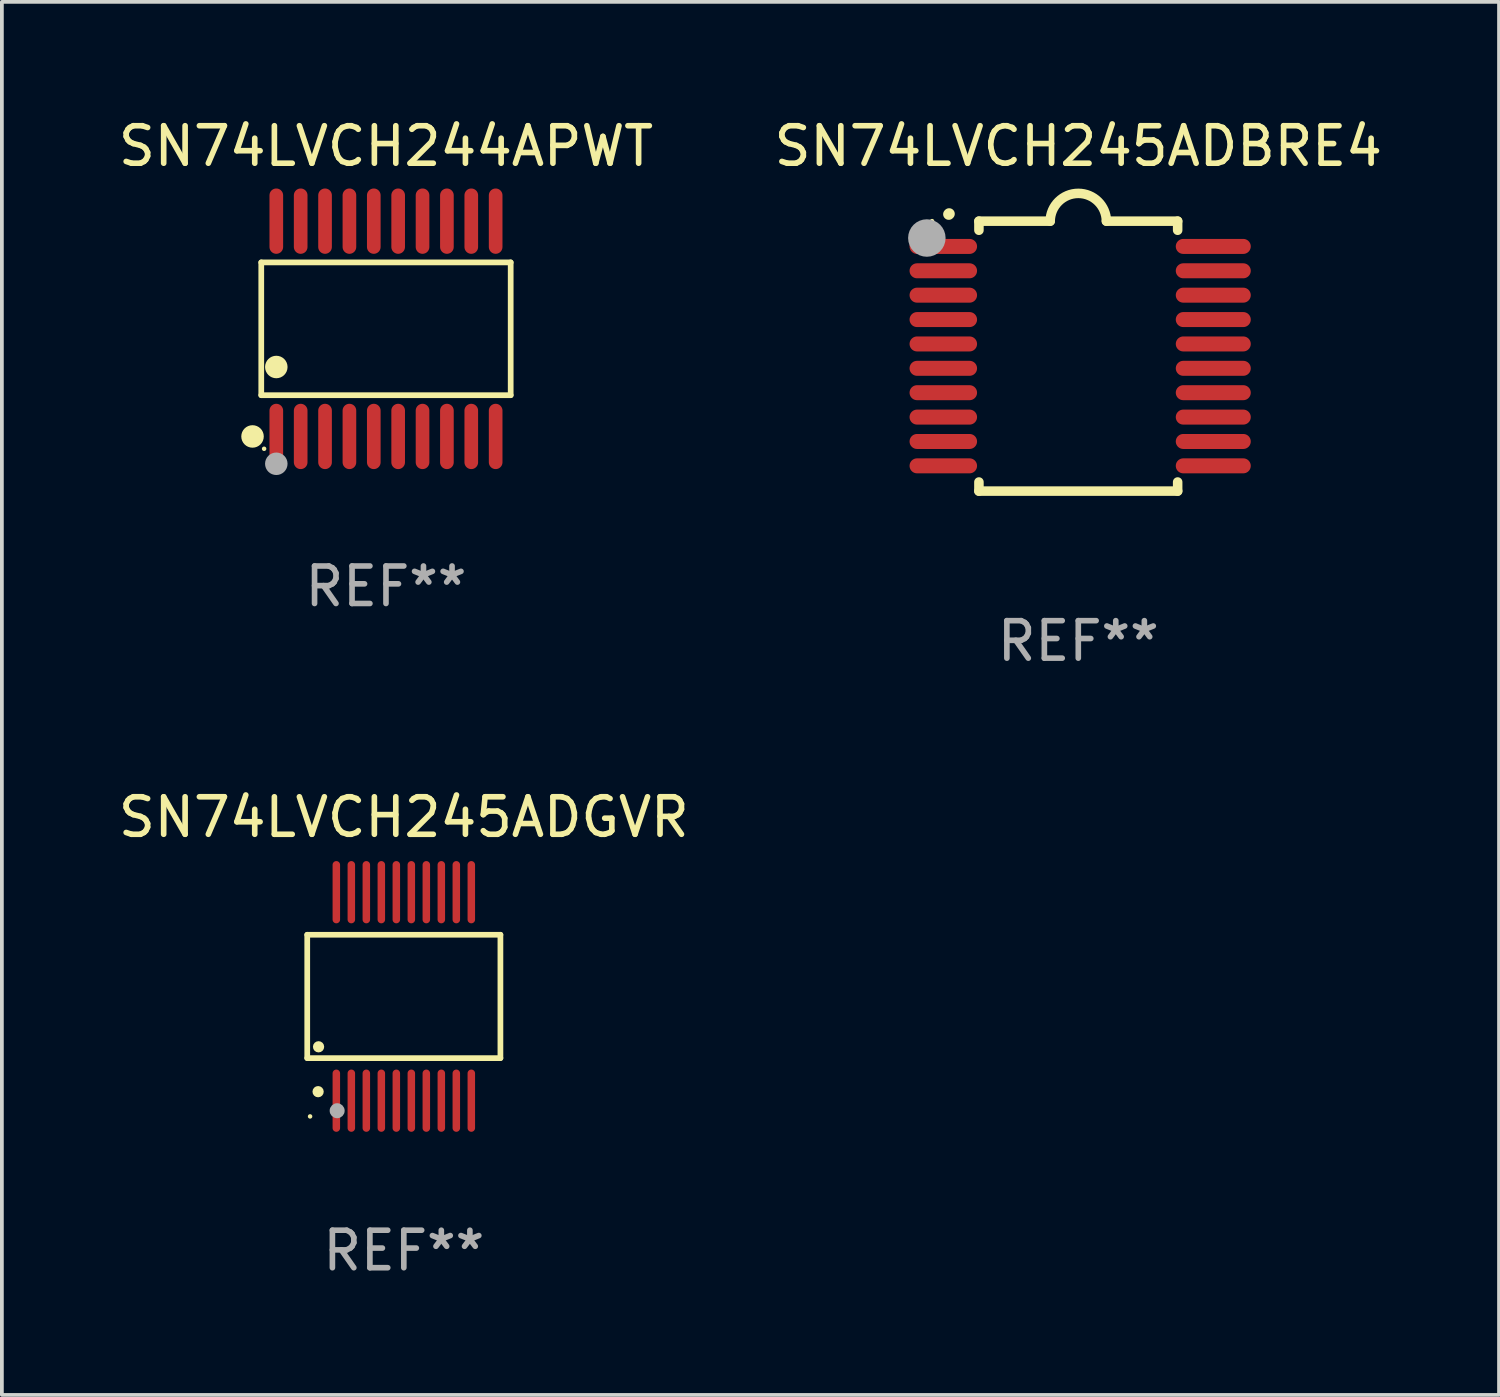
<source format=kicad_pcb>
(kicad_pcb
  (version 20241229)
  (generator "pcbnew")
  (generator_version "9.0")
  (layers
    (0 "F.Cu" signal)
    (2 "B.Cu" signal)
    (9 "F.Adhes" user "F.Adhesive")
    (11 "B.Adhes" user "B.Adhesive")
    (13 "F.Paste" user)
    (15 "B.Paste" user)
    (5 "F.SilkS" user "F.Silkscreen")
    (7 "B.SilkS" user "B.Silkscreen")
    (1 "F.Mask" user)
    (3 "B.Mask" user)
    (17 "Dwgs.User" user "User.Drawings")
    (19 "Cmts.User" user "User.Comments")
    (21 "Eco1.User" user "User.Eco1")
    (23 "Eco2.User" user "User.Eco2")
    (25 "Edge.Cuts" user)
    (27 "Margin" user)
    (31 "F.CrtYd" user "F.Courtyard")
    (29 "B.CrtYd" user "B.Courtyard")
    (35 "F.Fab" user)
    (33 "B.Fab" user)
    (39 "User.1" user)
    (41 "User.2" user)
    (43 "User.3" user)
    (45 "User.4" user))
  (footprint "SN74LVCH245ADGVR"
    (layer "F.Cu")
    (at 7.72 23.525)
    (property "Reference" "SN74LVCH245ADGVR" (at 0 -4.78 0) (layer "F.SilkS") (effects (font (size 1 1) (thickness 0.15))))
    (attr through_hole)
    (fp_line (start -2.576 -1.645) (end 2.576 -1.645) (stroke (width 0.152) (type solid)) (layer "F.SilkS"))
    (fp_line (start -2.576 1.645) (end -2.576 -1.645) (stroke (width 0.152) (type solid)) (layer "F.SilkS"))
    (fp_line (start 2.576 -1.645) (end 2.576 1.645) (stroke (width 0.152) (type solid)) (layer "F.SilkS"))
    (fp_line (start 2.576 1.645) (end -2.576 1.645) (stroke (width 0.152) (type solid)) (layer "F.SilkS"))
    (fp_circle (center -2.5 3.2) (end -2.47 3.2) (stroke (width 0.06) (type solid)) (fill no) (layer "F.SilkS"))
    (fp_circle (center -2.286 2.54) (end -2.211 2.54) (stroke (width 0.15) (type solid)) (fill no) (layer "F.SilkS"))
    (fp_circle (center -2.274 1.343) (end -2.199 1.343) (stroke (width 0.15) (type solid)) (fill no) (layer "F.SilkS"))
    (fp_circle (center -1.778 3.048) (end -1.678 3.048) (stroke (width 0.2) (type solid)) (fill no) (layer "F.Fab"))
    (fp_text user "REF**" (at 0 6.78 0) (layer "F.Fab") (effects (font (size 1 1) (thickness 0.15))))
    (pad "1" smd oval (at -1.8 2.78) (size 0.2 1.66) (layers "F.Cu" "F.Mask" "F.Paste"))
    (pad "2" smd oval (at -1.4 2.78) (size 0.2 1.66) (layers "F.Cu" "F.Mask" "F.Paste"))
    (pad "3" smd oval (at -1 2.78) (size 0.2 1.66) (layers "F.Cu" "F.Mask" "F.Paste"))
    (pad "4" smd oval (at -0.6 2.78) (size 0.2 1.66) (layers "F.Cu" "F.Mask" "F.Paste"))
    (pad "5" smd oval (at -0.2 2.78) (size 0.2 1.66) (layers "F.Cu" "F.Mask" "F.Paste"))
    (pad "6" smd oval (at 0.2 2.78) (size 0.2 1.66) (layers "F.Cu" "F.Mask" "F.Paste"))
    (pad "7" smd oval (at 0.6 2.78) (size 0.2 1.66) (layers "F.Cu" "F.Mask" "F.Paste"))
    (pad "8" smd oval (at 1 2.78) (size 0.2 1.66) (layers "F.Cu" "F.Mask" "F.Paste"))
    (pad "9" smd oval (at 1.4 2.78) (size 0.2 1.66) (layers "F.Cu" "F.Mask" "F.Paste"))
    (pad "10" smd oval (at 1.8 2.78) (size 0.2 1.66) (layers "F.Cu" "F.Mask" "F.Paste"))
    (pad "11" smd oval (at 1.8 -2.78) (size 0.2 1.66) (layers "F.Cu" "F.Mask" "F.Paste"))
    (pad "12" smd oval (at 1.4 -2.78) (size 0.2 1.66) (layers "F.Cu" "F.Mask" "F.Paste"))
    (pad "13" smd oval (at 1 -2.78) (size 0.2 1.66) (layers "F.Cu" "F.Mask" "F.Paste"))
    (pad "14" smd oval (at 0.6 -2.78) (size 0.2 1.66) (layers "F.Cu" "F.Mask" "F.Paste"))
    (pad "15" smd oval (at 0.2 -2.78) (size 0.2 1.66) (layers "F.Cu" "F.Mask" "F.Paste"))
    (pad "16" smd oval (at -0.2 -2.78) (size 0.2 1.66) (layers "F.Cu" "F.Mask" "F.Paste"))
    (pad "17" smd oval (at -0.6 -2.78) (size 0.2 1.66) (layers "F.Cu" "F.Mask" "F.Paste"))
    (pad "18" smd oval (at -1 -2.78) (size 0.2 1.66) (layers "F.Cu" "F.Mask" "F.Paste"))
    (pad "19" smd oval (at -1.4 -2.78) (size 0.2 1.66) (layers "F.Cu" "F.Mask" "F.Paste"))
    (pad "20" smd oval (at -1.8 -2.78) (size 0.2 1.66) (layers "F.Cu" "F.Mask" "F.Paste")))
  (footprint "SN74LVCH245ADBRE4"
    (layer "F.Cu")
    (at 25.708 6.448)
    (property "Reference" "SN74LVCH245ADBRE4" (at 0 -5.6 0) (layer "F.SilkS") (effects (font (size 1 1) (thickness 0.15))))
    (attr through_hole)
    (fp_line (start -2.65 -3.6) (end -2.65 -3.357) (stroke (width 0.254) (type solid)) (layer "F.SilkS"))
    (fp_line (start -2.65 -3.6) (end -0.75 -3.6) (stroke (width 0.254) (type solid)) (layer "F.SilkS"))
    (fp_line (start -2.65 3.357) (end -2.65 3.6) (stroke (width 0.254) (type solid)) (layer "F.SilkS"))
    (fp_line (start 2.65 -3.6) (end 0.75 -3.6) (stroke (width 0.254) (type solid)) (layer "F.SilkS"))
    (fp_line (start 2.65 -3.6) (end 2.65 -3.357) (stroke (width 0.254) (type solid)) (layer "F.SilkS"))
    (fp_line (start 2.65 3.357) (end 2.65 3.6) (stroke (width 0.254) (type solid)) (layer "F.SilkS"))
    (fp_line (start 2.65 3.6) (end -2.65 3.6) (stroke (width 0.254) (type solid)) (layer "F.SilkS"))
    (fp_arc (start -3.454407 -3.784608) (mid -3.449499 -3.78986) (end -3.444247 -3.794768) (stroke (width 0.3) (type solid)) (layer "F.SilkS"))
    (fp_arc (start -0.749301 -3.599186) (mid -0.000051 -4.348844) (end 0.750013 -3.6) (stroke (width 0.254001) (type solid)) (layer "F.SilkS"))
    (fp_circle (center -3.9 -3.6) (end -3.87 -3.6) (stroke (width 0.06) (type solid)) (fill no) (layer "F.SilkS"))
    (fp_circle (center -4.039 -3.15) (end -3.789 -3.15) (stroke (width 0.5) (type solid)) (fill no) (layer "F.Fab"))
    (fp_text user "REF**" (at 0 7.6 0) (layer "F.Fab") (effects (font (size 1 1) (thickness 0.15))))
    (pad "1" smd oval (at -3.6 -2.926 90) (size 0.4 1.8) (layers "F.Cu" "F.Mask" "F.Paste"))
    (pad "2" smd oval (at -3.6 -2.276 90) (size 0.4 1.8) (layers "F.Cu" "F.Mask" "F.Paste"))
    (pad "3" smd oval (at -3.6 -1.626 90) (size 0.4 1.8) (layers "F.Cu" "F.Mask" "F.Paste"))
    (pad "4" smd oval (at -3.6 -0.975 90) (size 0.4 1.8) (layers "F.Cu" "F.Mask" "F.Paste"))
    (pad "5" smd oval (at -3.6 -0.325 90) (size 0.4 1.8) (layers "F.Cu" "F.Mask" "F.Paste"))
    (pad "6" smd oval (at -3.6 0.325 90) (size 0.4 1.8) (layers "F.Cu" "F.Mask" "F.Paste"))
    (pad "7" smd oval (at -3.6 0.975 90) (size 0.4 1.8) (layers "F.Cu" "F.Mask" "F.Paste"))
    (pad "8" smd oval (at -3.6 1.626 90) (size 0.4 1.8) (layers "F.Cu" "F.Mask" "F.Paste"))
    (pad "9" smd oval (at -3.6 2.276 90) (size 0.4 1.8) (layers "F.Cu" "F.Mask" "F.Paste"))
    (pad "10" smd oval (at -3.6 2.926 90) (size 0.4 1.8) (layers "F.Cu" "F.Mask" "F.Paste"))
    (pad "11" smd oval (at 3.6 2.926 90) (size 0.4 2) (layers "F.Cu" "F.Mask" "F.Paste"))
    (pad "12" smd oval (at 3.6 2.276 90) (size 0.4 2) (layers "F.Cu" "F.Mask" "F.Paste"))
    (pad "13" smd oval (at 3.6 1.626 90) (size 0.4 2) (layers "F.Cu" "F.Mask" "F.Paste"))
    (pad "14" smd oval (at 3.6 0.975 90) (size 0.4 2) (layers "F.Cu" "F.Mask" "F.Paste"))
    (pad "15" smd oval (at 3.6 0.325 90) (size 0.4 2) (layers "F.Cu" "F.Mask" "F.Paste"))
    (pad "16" smd oval (at 3.6 -0.325 90) (size 0.4 2) (layers "F.Cu" "F.Mask" "F.Paste"))
    (pad "17" smd oval (at 3.6 -0.975 90) (size 0.4 2) (layers "F.Cu" "F.Mask" "F.Paste"))
    (pad "18" smd oval (at 3.6 -1.626 90) (size 0.4 2) (layers "F.Cu" "F.Mask" "F.Paste"))
    (pad "19" smd oval (at 3.6 -2.276 90) (size 0.4 2) (layers "F.Cu" "F.Mask" "F.Paste"))
    (pad "20" smd oval (at 3.6 -2.926 90) (size 0.4 2) (layers "F.Cu" "F.Mask" "F.Paste")))
  (footprint "SN74LVCH244APWT"
    (layer "F.Cu")
    (at 7.244 5.719)
    (property "Reference" "SN74LVCH244APWT" (at 0 -4.871 0) (layer "F.SilkS") (effects (font (size 1 1) (thickness 0.15))))
    (attr through_hole)
    (fp_line (start -3.326 -1.771) (end 3.326 -1.771) (stroke (width 0.152) (type solid)) (layer "F.SilkS"))
    (fp_line (start -3.326 1.771) (end -3.326 -1.771) (stroke (width 0.152) (type solid)) (layer "F.SilkS"))
    (fp_line (start 3.326 -1.771) (end 3.326 1.771) (stroke (width 0.152) (type solid)) (layer "F.SilkS"))
    (fp_line (start 3.326 1.771) (end -3.326 1.771) (stroke (width 0.152) (type solid)) (layer "F.SilkS"))
    (fp_circle (center -3.559 2.871) (end -3.409 2.871) (stroke (width 0.3) (type solid)) (fill no) (layer "F.SilkS"))
    (fp_circle (center -3.25 3.2) (end -3.22 3.2) (stroke (width 0.06) (type solid)) (fill no) (layer "F.SilkS"))
    (fp_circle (center -2.925 1.019) (end -2.775 1.019) (stroke (width 0.3) (type solid)) (fill no) (layer "F.SilkS"))
    (fp_circle (center -2.925 3.6) (end -2.775 3.6) (stroke (width 0.3) (type solid)) (fill no) (layer "F.Fab"))
    (fp_text user "REF**" (at 0 6.871 0) (layer "F.Fab") (effects (font (size 1 1) (thickness 0.15))))
    (pad "1" smd oval (at -2.925 2.871) (size 0.364 1.742) (layers "F.Cu" "F.Mask" "F.Paste"))
    (pad "2" smd oval (at -2.275 2.871) (size 0.364 1.742) (layers "F.Cu" "F.Mask" "F.Paste"))
    (pad "3" smd oval (at -1.625 2.871) (size 0.364 1.742) (layers "F.Cu" "F.Mask" "F.Paste"))
    (pad "4" smd oval (at -0.975 2.871) (size 0.364 1.742) (layers "F.Cu" "F.Mask" "F.Paste"))
    (pad "5" smd oval (at -0.325 2.871) (size 0.364 1.742) (layers "F.Cu" "F.Mask" "F.Paste"))
    (pad "6" smd oval (at 0.325 2.871) (size 0.364 1.742) (layers "F.Cu" "F.Mask" "F.Paste"))
    (pad "7" smd oval (at 0.975 2.871) (size 0.364 1.742) (layers "F.Cu" "F.Mask" "F.Paste"))
    (pad "8" smd oval (at 1.625 2.871) (size 0.364 1.742) (layers "F.Cu" "F.Mask" "F.Paste"))
    (pad "9" smd oval (at 2.275 2.871) (size 0.364 1.742) (layers "F.Cu" "F.Mask" "F.Paste"))
    (pad "10" smd oval (at 2.925 2.871) (size 0.364 1.742) (layers "F.Cu" "F.Mask" "F.Paste"))
    (pad "11" smd oval (at 2.925 -2.871) (size 0.364 1.742) (layers "F.Cu" "F.Mask" "F.Paste"))
    (pad "12" smd oval (at 2.275 -2.871) (size 0.364 1.742) (layers "F.Cu" "F.Mask" "F.Paste"))
    (pad "13" smd oval (at 1.625 -2.871) (size 0.364 1.742) (layers "F.Cu" "F.Mask" "F.Paste"))
    (pad "14" smd oval (at 0.975 -2.871) (size 0.364 1.742) (layers "F.Cu" "F.Mask" "F.Paste"))
    (pad "15" smd oval (at 0.325 -2.871) (size 0.364 1.742) (layers "F.Cu" "F.Mask" "F.Paste"))
    (pad "16" smd oval (at -0.325 -2.871) (size 0.364 1.742) (layers "F.Cu" "F.Mask" "F.Paste"))
    (pad "17" smd oval (at -0.975 -2.871) (size 0.364 1.742) (layers "F.Cu" "F.Mask" "F.Paste"))
    (pad "18" smd oval (at -1.625 -2.871) (size 0.364 1.742) (layers "F.Cu" "F.Mask" "F.Paste"))
    (pad "19" smd oval (at -2.275 -2.871) (size 0.364 1.742) (layers "F.Cu" "F.Mask" "F.Paste"))
    (pad "20" smd oval (at -2.925 -2.871) (size 0.364 1.742) (layers "F.Cu" "F.Mask" "F.Paste")))
  (gr_rect
    (start -3 -3)
    (end 36.929 34.153)
    (stroke (width 0.1) (type default))
    (fill no)
    (layer "Edge.Cuts")))
</source>
